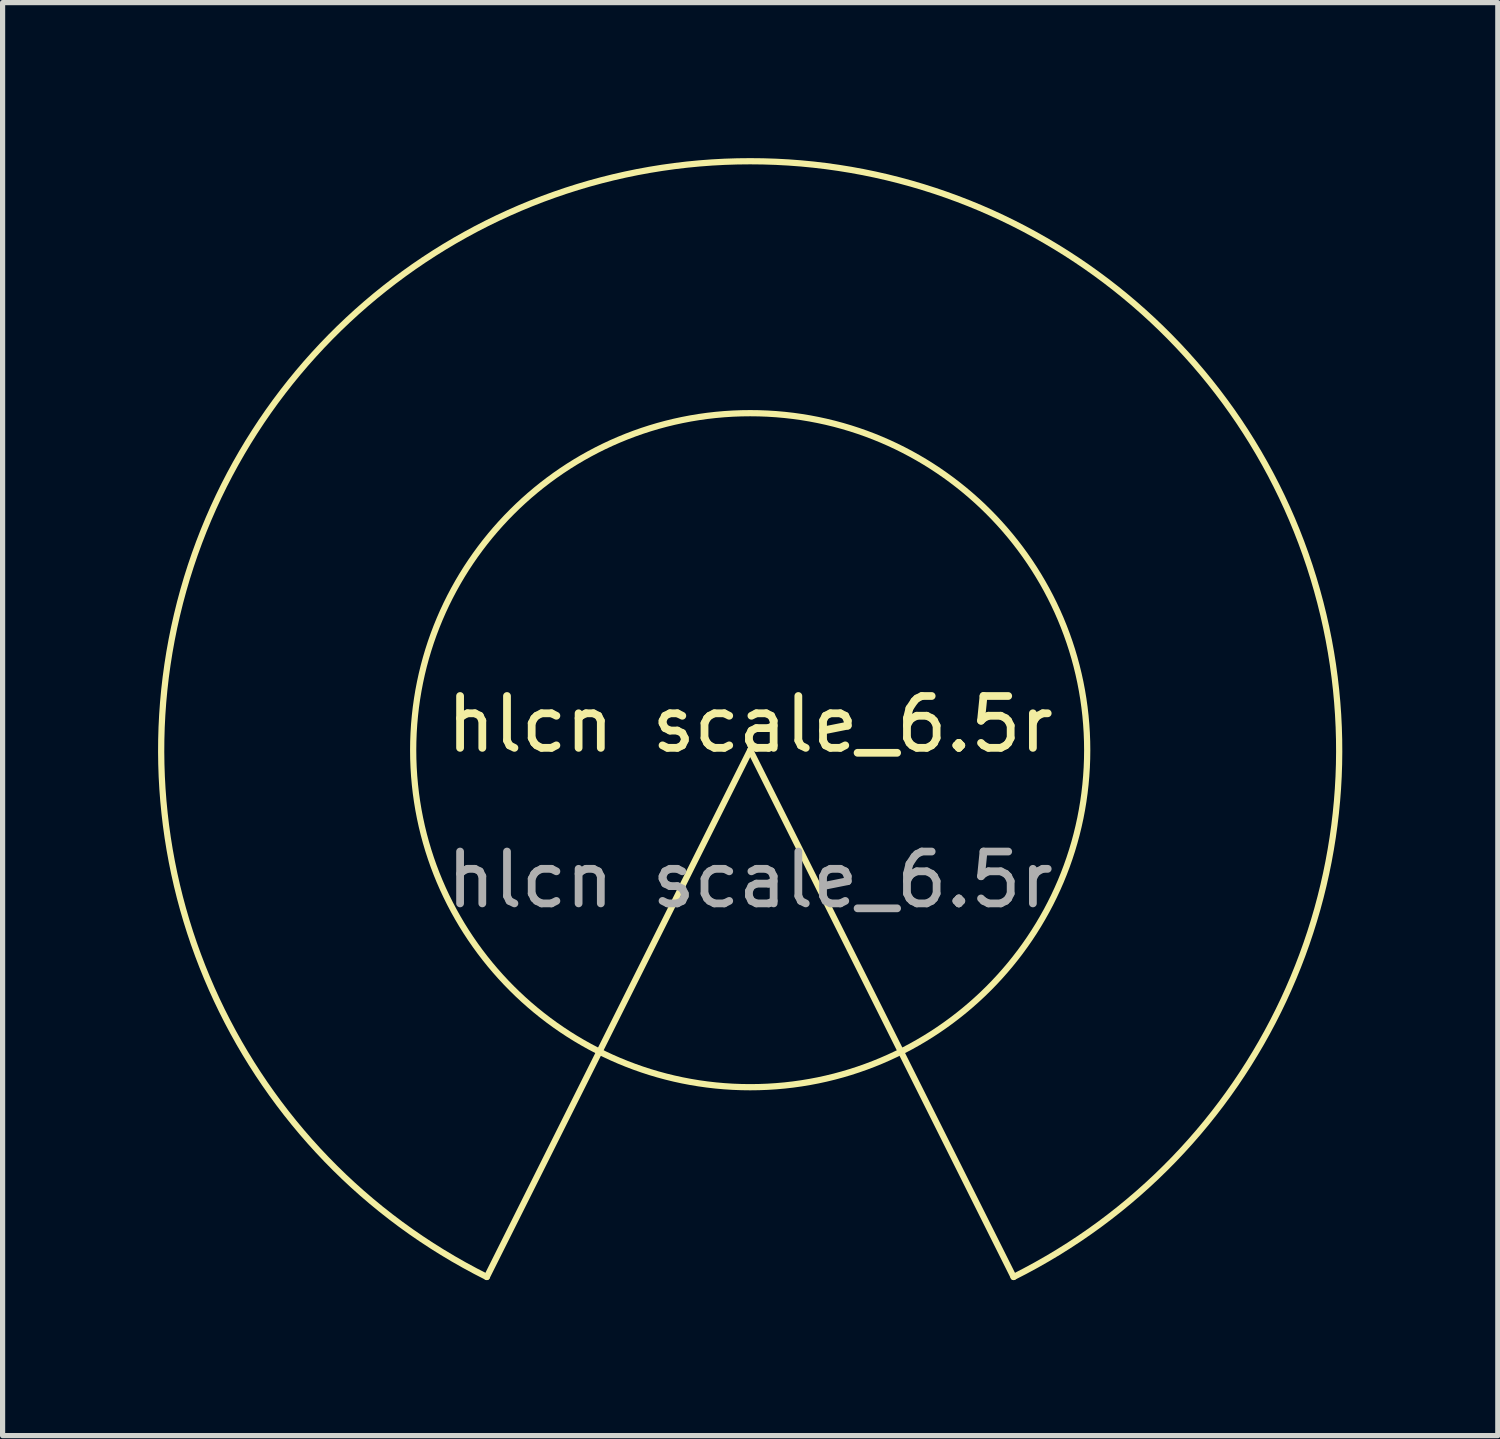
<source format=kicad_pcb>
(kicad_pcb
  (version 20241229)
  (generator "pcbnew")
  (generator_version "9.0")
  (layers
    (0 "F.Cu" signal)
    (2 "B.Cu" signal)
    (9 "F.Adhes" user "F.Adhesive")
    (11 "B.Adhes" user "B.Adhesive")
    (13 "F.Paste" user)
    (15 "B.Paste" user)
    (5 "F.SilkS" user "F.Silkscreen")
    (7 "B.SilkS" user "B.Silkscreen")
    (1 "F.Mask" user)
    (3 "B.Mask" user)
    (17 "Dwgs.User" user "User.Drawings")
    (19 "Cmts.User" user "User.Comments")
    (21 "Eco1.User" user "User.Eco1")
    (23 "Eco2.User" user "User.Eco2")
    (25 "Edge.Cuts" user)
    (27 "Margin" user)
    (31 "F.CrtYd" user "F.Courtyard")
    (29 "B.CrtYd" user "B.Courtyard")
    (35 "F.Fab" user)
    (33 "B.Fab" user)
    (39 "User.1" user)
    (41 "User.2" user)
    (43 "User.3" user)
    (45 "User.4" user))
  (footprint "hlcn scale_6.5r"
    (layer "F.Cu")
    (at 11.419 11.419)
    (property "Reference" "hlcn scale_6.5r" (at 0 -0.5 0) (unlocked yes) (layer "F.SilkS") (effects (font (size 1 1) (thickness 0.15))))
    (fp_line (start 0 0) (end -5.08 10.16) (stroke (width 0.12) (type solid)) (layer "F.SilkS"))
    (fp_line (start 0 0) (end 5.08 10.16) (stroke (width 0.12) (type solid)) (layer "F.SilkS"))
    (fp_arc (start -5.08 10.16) (mid 0 -11.359225) (end 5.08 10.16) (stroke (width 0.12) (type solid)) (layer "F.SilkS"))
    (fp_circle (center 0 0) (end 6.5 0) (stroke (width 0.12) (type solid)) (fill no) (layer "F.SilkS"))
    (fp_text user "${REFERENCE}" (at 0 2.5 0) (unlocked yes) (layer "F.Fab") (effects (font (size 1 1) (thickness 0.15)))))
  (gr_rect
    (start -3 -3)
    (end 25.838 24.639)
    (stroke (width 0.1) (type default))
    (fill no)
    (layer "Edge.Cuts")))
</source>
